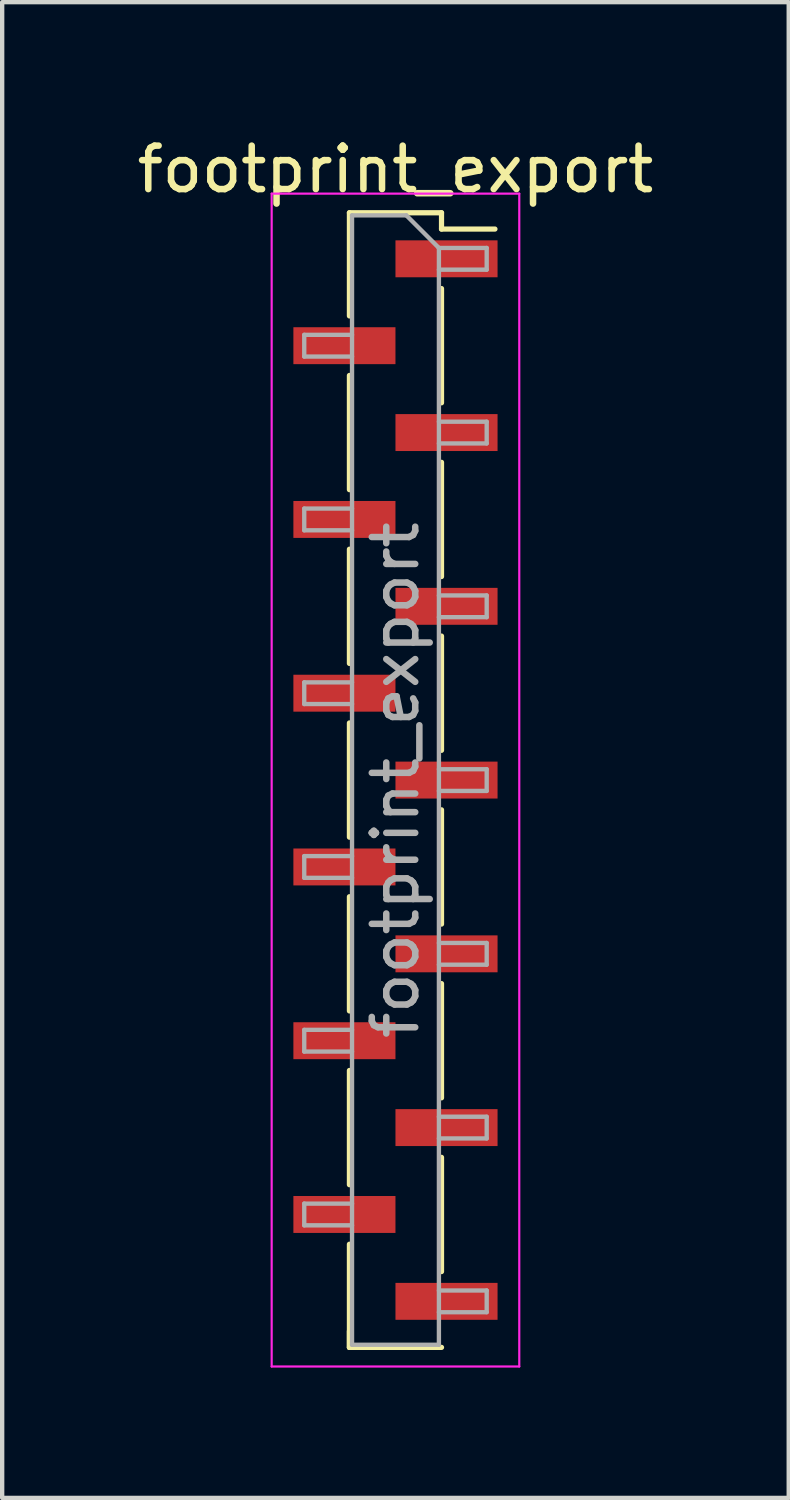
<source format=kicad_pcb>
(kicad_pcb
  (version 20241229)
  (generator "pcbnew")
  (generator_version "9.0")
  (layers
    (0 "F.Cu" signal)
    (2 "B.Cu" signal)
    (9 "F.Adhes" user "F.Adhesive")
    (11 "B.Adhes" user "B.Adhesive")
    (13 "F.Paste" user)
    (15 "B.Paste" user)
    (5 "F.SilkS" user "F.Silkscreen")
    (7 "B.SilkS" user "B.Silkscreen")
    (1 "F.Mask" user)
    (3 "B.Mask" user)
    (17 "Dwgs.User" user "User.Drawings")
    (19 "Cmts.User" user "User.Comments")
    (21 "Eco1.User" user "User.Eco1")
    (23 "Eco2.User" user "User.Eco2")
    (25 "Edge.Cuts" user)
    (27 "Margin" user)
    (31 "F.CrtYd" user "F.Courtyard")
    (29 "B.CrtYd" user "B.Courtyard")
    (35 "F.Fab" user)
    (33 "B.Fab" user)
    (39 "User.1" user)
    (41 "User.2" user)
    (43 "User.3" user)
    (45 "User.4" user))
  (footprint "footprint_export"
    (layer "F.Cu")
    (at 6.054 14.908)
    (property "Reference" "footprint_export" (at 0 -14.06 0) (layer "F.SilkS") (effects (font (size 1 1) (thickness 0.15))))
    (attr smd)
    (fp_line (start -1.06 -13.06) (end -1.06 -10.685) (stroke (width 0.12) (type solid)) (layer "F.SilkS"))
    (fp_line (start -1.06 -13.06) (end 1.06 -13.06) (stroke (width 0.12) (type solid)) (layer "F.SilkS"))
    (fp_line (start -1.06 -9.315) (end -1.06 -6.685) (stroke (width 0.12) (type solid)) (layer "F.SilkS"))
    (fp_line (start -1.06 -5.315) (end -1.06 -2.685) (stroke (width 0.12) (type solid)) (layer "F.SilkS"))
    (fp_line (start -1.06 -1.315) (end -1.06 1.315) (stroke (width 0.12) (type solid)) (layer "F.SilkS"))
    (fp_line (start -1.06 2.685) (end -1.06 5.315) (stroke (width 0.12) (type solid)) (layer "F.SilkS"))
    (fp_line (start -1.06 6.685) (end -1.06 9.315) (stroke (width 0.12) (type solid)) (layer "F.SilkS"))
    (fp_line (start -1.06 10.685) (end -1.06 13.06) (stroke (width 0.12) (type solid)) (layer "F.SilkS"))
    (fp_line (start -1.06 12.685) (end -1.06 13.06) (stroke (width 0.12) (type solid)) (layer "F.SilkS"))
    (fp_line (start -1.06 13.06) (end 1.06 13.06) (stroke (width 0.12) (type solid)) (layer "F.SilkS"))
    (fp_line (start 1.06 -13.06) (end 1.06 -12.685) (stroke (width 0.12) (type solid)) (layer "F.SilkS"))
    (fp_line (start 1.06 -12.685) (end 2.29 -12.685) (stroke (width 0.12) (type solid)) (layer "F.SilkS"))
    (fp_line (start 1.06 -11.315) (end 1.06 -8.685) (stroke (width 0.12) (type solid)) (layer "F.SilkS"))
    (fp_line (start 1.06 -7.315) (end 1.06 -4.685) (stroke (width 0.12) (type solid)) (layer "F.SilkS"))
    (fp_line (start 1.06 -3.315) (end 1.06 -0.685) (stroke (width 0.12) (type solid)) (layer "F.SilkS"))
    (fp_line (start 1.06 0.685) (end 1.06 3.315) (stroke (width 0.12) (type solid)) (layer "F.SilkS"))
    (fp_line (start 1.06 4.685) (end 1.06 7.315) (stroke (width 0.12) (type solid)) (layer "F.SilkS"))
    (fp_line (start 1.06 8.685) (end 1.06 11.315) (stroke (width 0.12) (type solid)) (layer "F.SilkS"))
    (fp_line (start -2.85 -13.5) (end -2.85 13.5) (stroke (width 0.05) (type solid)) (layer "F.CrtYd"))
    (fp_line (start -2.85 13.5) (end 2.85 13.5) (stroke (width 0.05) (type solid)) (layer "F.CrtYd"))
    (fp_line (start 2.85 -13.5) (end -2.85 -13.5) (stroke (width 0.05) (type solid)) (layer "F.CrtYd"))
    (fp_line (start 2.85 13.5) (end 2.85 -13.5) (stroke (width 0.05) (type solid)) (layer "F.CrtYd"))
    (fp_line (start -2.1 -10.25) (end -2.1 -9.75) (stroke (width 0.1) (type solid)) (layer "F.Fab"))
    (fp_line (start -2.1 -9.75) (end -1 -9.75) (stroke (width 0.1) (type solid)) (layer "F.Fab"))
    (fp_line (start -2.1 -6.25) (end -2.1 -5.75) (stroke (width 0.1) (type solid)) (layer "F.Fab"))
    (fp_line (start -2.1 -5.75) (end -1 -5.75) (stroke (width 0.1) (type solid)) (layer "F.Fab"))
    (fp_line (start -2.1 -2.25) (end -2.1 -1.75) (stroke (width 0.1) (type solid)) (layer "F.Fab"))
    (fp_line (start -2.1 -1.75) (end -1 -1.75) (stroke (width 0.1) (type solid)) (layer "F.Fab"))
    (fp_line (start -2.1 1.75) (end -2.1 2.25) (stroke (width 0.1) (type solid)) (layer "F.Fab"))
    (fp_line (start -2.1 2.25) (end -1 2.25) (stroke (width 0.1) (type solid)) (layer "F.Fab"))
    (fp_line (start -2.1 5.75) (end -2.1 6.25) (stroke (width 0.1) (type solid)) (layer "F.Fab"))
    (fp_line (start -2.1 6.25) (end -1 6.25) (stroke (width 0.1) (type solid)) (layer "F.Fab"))
    (fp_line (start -2.1 9.75) (end -2.1 10.25) (stroke (width 0.1) (type solid)) (layer "F.Fab"))
    (fp_line (start -2.1 10.25) (end -1 10.25) (stroke (width 0.1) (type solid)) (layer "F.Fab"))
    (fp_line (start -1 -13) (end -1 13) (stroke (width 0.1) (type solid)) (layer "F.Fab"))
    (fp_line (start -1 -13) (end 0.25 -13) (stroke (width 0.1) (type solid)) (layer "F.Fab"))
    (fp_line (start -1 -10.25) (end -2.1 -10.25) (stroke (width 0.1) (type solid)) (layer "F.Fab"))
    (fp_line (start -1 -6.25) (end -2.1 -6.25) (stroke (width 0.1) (type solid)) (layer "F.Fab"))
    (fp_line (start -1 -2.25) (end -2.1 -2.25) (stroke (width 0.1) (type solid)) (layer "F.Fab"))
    (fp_line (start -1 1.75) (end -2.1 1.75) (stroke (width 0.1) (type solid)) (layer "F.Fab"))
    (fp_line (start -1 5.75) (end -2.1 5.75) (stroke (width 0.1) (type solid)) (layer "F.Fab"))
    (fp_line (start -1 9.75) (end -2.1 9.75) (stroke (width 0.1) (type solid)) (layer "F.Fab"))
    (fp_line (start 1 -12.25) (end 0.25 -13) (stroke (width 0.1) (type solid)) (layer "F.Fab"))
    (fp_line (start 1 -12.25) (end 2.1 -12.25) (stroke (width 0.1) (type solid)) (layer "F.Fab"))
    (fp_line (start 1 -8.25) (end 2.1 -8.25) (stroke (width 0.1) (type solid)) (layer "F.Fab"))
    (fp_line (start 1 -4.25) (end 2.1 -4.25) (stroke (width 0.1) (type solid)) (layer "F.Fab"))
    (fp_line (start 1 -0.25) (end 2.1 -0.25) (stroke (width 0.1) (type solid)) (layer "F.Fab"))
    (fp_line (start 1 3.75) (end 2.1 3.75) (stroke (width 0.1) (type solid)) (layer "F.Fab"))
    (fp_line (start 1 7.75) (end 2.1 7.75) (stroke (width 0.1) (type solid)) (layer "F.Fab"))
    (fp_line (start 1 11.75) (end 2.1 11.75) (stroke (width 0.1) (type solid)) (layer "F.Fab"))
    (fp_line (start 1 13) (end -1 13) (stroke (width 0.1) (type solid)) (layer "F.Fab"))
    (fp_line (start 1 13) (end 1 -12.25) (stroke (width 0.1) (type solid)) (layer "F.Fab"))
    (fp_line (start 2.1 -12.25) (end 2.1 -11.75) (stroke (width 0.1) (type solid)) (layer "F.Fab"))
    (fp_line (start 2.1 -11.75) (end 1 -11.75) (stroke (width 0.1) (type solid)) (layer "F.Fab"))
    (fp_line (start 2.1 -8.25) (end 2.1 -7.75) (stroke (width 0.1) (type solid)) (layer "F.Fab"))
    (fp_line (start 2.1 -7.75) (end 1 -7.75) (stroke (width 0.1) (type solid)) (layer "F.Fab"))
    (fp_line (start 2.1 -4.25) (end 2.1 -3.75) (stroke (width 0.1) (type solid)) (layer "F.Fab"))
    (fp_line (start 2.1 -3.75) (end 1 -3.75) (stroke (width 0.1) (type solid)) (layer "F.Fab"))
    (fp_line (start 2.1 -0.25) (end 2.1 0.25) (stroke (width 0.1) (type solid)) (layer "F.Fab"))
    (fp_line (start 2.1 0.25) (end 1 0.25) (stroke (width 0.1) (type solid)) (layer "F.Fab"))
    (fp_line (start 2.1 3.75) (end 2.1 4.25) (stroke (width 0.1) (type solid)) (layer "F.Fab"))
    (fp_line (start 2.1 4.25) (end 1 4.25) (stroke (width 0.1) (type solid)) (layer "F.Fab"))
    (fp_line (start 2.1 7.75) (end 2.1 8.25) (stroke (width 0.1) (type solid)) (layer "F.Fab"))
    (fp_line (start 2.1 8.25) (end 1 8.25) (stroke (width 0.1) (type solid)) (layer "F.Fab"))
    (fp_line (start 2.1 11.75) (end 2.1 12.25) (stroke (width 0.1) (type solid)) (layer "F.Fab"))
    (fp_line (start 2.1 12.25) (end 1 12.25) (stroke (width 0.1) (type solid)) (layer "F.Fab"))
    (fp_text user "${REFERENCE}" (at 0 0 90) (layer "F.Fab") (effects (font (size 1 1) (thickness 0.15))))
    (pad "1" smd rect (at 1.175 -12) (size 2.35 0.85) (layers "F.Cu" "F.Mask" "F.Paste"))
    (pad "2" smd rect (at -1.175 -10) (size 2.35 0.85) (layers "F.Cu" "F.Mask" "F.Paste"))
    (pad "3" smd rect (at 1.175 -8) (size 2.35 0.85) (layers "F.Cu" "F.Mask" "F.Paste"))
    (pad "4" smd rect (at -1.175 -6) (size 2.35 0.85) (layers "F.Cu" "F.Mask" "F.Paste"))
    (pad "5" smd rect (at 1.175 -4) (size 2.35 0.85) (layers "F.Cu" "F.Mask" "F.Paste"))
    (pad "6" smd rect (at -1.175 -2) (size 2.35 0.85) (layers "F.Cu" "F.Mask" "F.Paste"))
    (pad "7" smd rect (at 1.175 0) (size 2.35 0.85) (layers "F.Cu" "F.Mask" "F.Paste"))
    (pad "8" smd rect (at -1.175 2) (size 2.35 0.85) (layers "F.Cu" "F.Mask" "F.Paste"))
    (pad "9" smd rect (at 1.175 4) (size 2.35 0.85) (layers "F.Cu" "F.Mask" "F.Paste"))
    (pad "10" smd rect (at -1.175 6) (size 2.35 0.85) (layers "F.Cu" "F.Mask" "F.Paste"))
    (pad "11" smd rect (at 1.175 8) (size 2.35 0.85) (layers "F.Cu" "F.Mask" "F.Paste"))
    (pad "12" smd rect (at -1.175 10) (size 2.35 0.85) (layers "F.Cu" "F.Mask" "F.Paste"))
    (pad "13" smd rect (at 1.175 12) (size 2.35 0.85) (layers "F.Cu" "F.Mask" "F.Paste")))
  (gr_rect
    (start -3 -3)
    (end 15.107 31.433)
    (stroke (width 0.1) (type default))
    (fill no)
    (layer "Edge.Cuts")))
</source>
